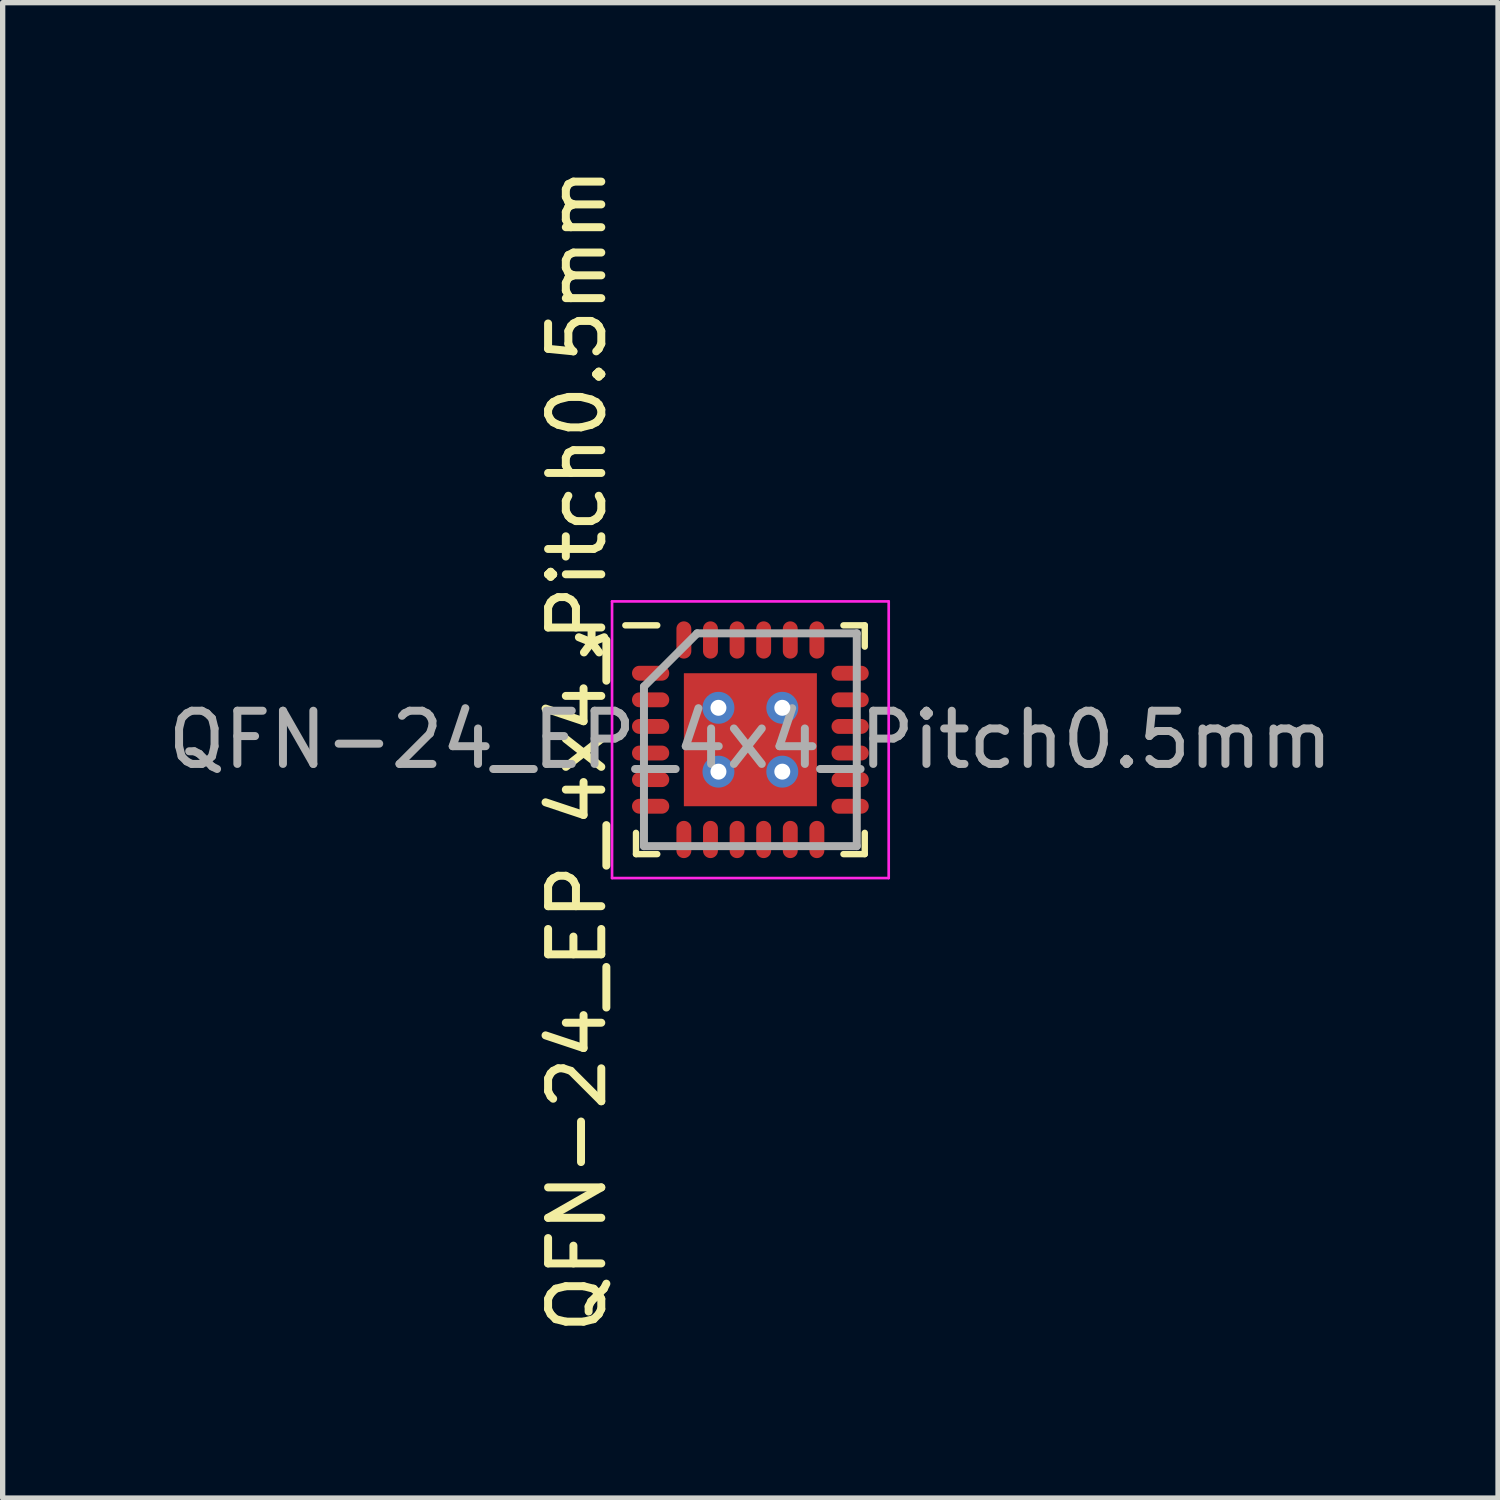
<source format=kicad_pcb>
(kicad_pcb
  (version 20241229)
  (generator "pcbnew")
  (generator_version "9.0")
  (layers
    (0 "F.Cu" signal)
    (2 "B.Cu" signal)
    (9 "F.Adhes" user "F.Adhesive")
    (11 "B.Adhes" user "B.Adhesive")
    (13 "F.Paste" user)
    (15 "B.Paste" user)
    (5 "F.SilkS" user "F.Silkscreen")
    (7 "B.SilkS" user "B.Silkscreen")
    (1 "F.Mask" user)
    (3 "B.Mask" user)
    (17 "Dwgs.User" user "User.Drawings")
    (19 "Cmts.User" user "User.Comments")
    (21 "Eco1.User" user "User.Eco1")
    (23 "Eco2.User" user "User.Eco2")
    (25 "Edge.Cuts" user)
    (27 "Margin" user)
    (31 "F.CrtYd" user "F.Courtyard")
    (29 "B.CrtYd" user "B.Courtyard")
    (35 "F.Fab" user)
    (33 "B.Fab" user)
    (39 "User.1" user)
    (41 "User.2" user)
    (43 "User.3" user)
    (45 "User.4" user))
  (footprint "QFN-24_EP_4x4_Pitch0.5mm"
    (layer "F.Cu")
    (at 11.054 10.854)
    (property "Reference" "QFN-24_EP_4x4_Pitch0.5mm" (at -3.257 0.2 90) (layer "F.SilkS") (effects (font (size 1 1) (thickness 0.15))))
    (attr smd)
    (fp_line (start -2.15 2.15) (end -2.15 1.75) (stroke (width 0.12) (type default)) (layer "F.SilkS"))
    (fp_line (start -1.75 -2.15) (end -2.35 -2.15) (stroke (width 0.12) (type default)) (layer "F.SilkS"))
    (fp_line (start -1.75 2.15) (end -2.15 2.15) (stroke (width 0.12) (type default)) (layer "F.SilkS"))
    (fp_line (start 1.75 -2.15) (end 2.15 -2.15) (stroke (width 0.12) (type default)) (layer "F.SilkS"))
    (fp_line (start 1.75 2.15) (end 2.15 2.15) (stroke (width 0.12) (type default)) (layer "F.SilkS"))
    (fp_line (start 2.15 -2.15) (end 2.15 -1.75) (stroke (width 0.12) (type default)) (layer "F.SilkS"))
    (fp_line (start 2.15 2.15) (end 2.15 1.75) (stroke (width 0.12) (type default)) (layer "F.SilkS"))
    (fp_line (start -2.6 -2.6) (end 2.6 -2.6) (stroke (width 0.05) (type default)) (layer "F.CrtYd"))
    (fp_line (start -2.6 2.6) (end -2.6 -2.6) (stroke (width 0.05) (type default)) (layer "F.CrtYd"))
    (fp_line (start 2.6 -2.6) (end 2.6 2.6) (stroke (width 0.05) (type default)) (layer "F.CrtYd"))
    (fp_line (start 2.6 2.6) (end -2.6 2.6) (stroke (width 0.05) (type default)) (layer "F.CrtYd"))
    (fp_line (start -2 -1) (end -2 2) (stroke (width 0.15) (type default)) (layer "F.Fab"))
    (fp_line (start -2 2) (end 2 2) (stroke (width 0.15) (type default)) (layer "F.Fab"))
    (fp_line (start -1 -2) (end -2 -1) (stroke (width 0.15) (type default)) (layer "F.Fab"))
    (fp_line (start 2 -2) (end -1 -2) (stroke (width 0.15) (type default)) (layer "F.Fab"))
    (fp_line (start 2 2) (end 2 -2) (stroke (width 0.15) (type default)) (layer "F.Fab"))
    (fp_text user "*" (at -2.985 -1.524 0) (unlocked yes) (layer "F.SilkS") (effects (font (size 1 1) (thickness 0.15))))
    (fp_text user "${REFERENCE}" (at 0 0 0) (layer "F.Fab") (effects (font (size 1 1) (thickness 0.15))))
    (pad "" smd rect (at -0.833 -0.833) (size 0.083 0.083) (layers "F.Paste"))
    (pad "" smd rect (at -0.833 0) (size 0.083 0.083) (layers "F.Paste"))
    (pad "" smd rect (at -0.833 0.833) (size 0.083 0.083) (layers "F.Paste"))
    (pad "" smd rect (at 0 -0.833) (size 0.083 0.083) (layers "F.Paste"))
    (pad "" smd rect (at 0 0) (size 0.083 0.083) (layers "F.Paste"))
    (pad "" smd rect (at 0 0.833) (size 0.083 0.083) (layers "F.Paste"))
    (pad "" smd rect (at 0.833 -0.833) (size 0.083 0.083) (layers "F.Paste"))
    (pad "" smd rect (at 0.833 0) (size 0.083 0.083) (layers "F.Paste"))
    (pad "" smd rect (at 0.833 0.833) (size 0.083 0.083) (layers "F.Paste"))
    (pad "1" smd oval (at -1.875 -1.25 90) (size 0.28 0.7) (layers "F.Cu" "F.Mask" "F.Paste"))
    (pad "2" smd oval (at -1.875 -0.75 90) (size 0.28 0.7) (layers "F.Cu" "F.Mask" "F.Paste"))
    (pad "3" smd oval (at -1.875 -0.25 90) (size 0.28 0.7) (layers "F.Cu" "F.Mask" "F.Paste"))
    (pad "4" smd oval (at -1.875 0.25 90) (size 0.28 0.7) (layers "F.Cu" "F.Mask" "F.Paste"))
    (pad "5" smd oval (at -1.875 0.75 90) (size 0.28 0.7) (layers "F.Cu" "F.Mask" "F.Paste"))
    (pad "6" smd oval (at -1.875 1.25 90) (size 0.28 0.7) (layers "F.Cu" "F.Mask" "F.Paste"))
    (pad "7" smd oval (at -1.25 1.875) (size 0.28 0.7) (layers "F.Cu" "F.Mask" "F.Paste"))
    (pad "8" smd oval (at -0.75 1.875) (size 0.28 0.7) (layers "F.Cu" "F.Mask" "F.Paste"))
    (pad "9" smd oval (at -0.25 1.875) (size 0.28 0.7) (layers "F.Cu" "F.Mask" "F.Paste"))
    (pad "10" smd oval (at 0.25 1.875) (size 0.28 0.7) (layers "F.Cu" "F.Mask" "F.Paste"))
    (pad "11" smd oval (at 0.75 1.875) (size 0.28 0.7) (layers "F.Cu" "F.Mask" "F.Paste"))
    (pad "12" smd oval (at 1.25 1.875) (size 0.28 0.7) (layers "F.Cu" "F.Mask" "F.Paste"))
    (pad "13" smd oval (at 1.875 1.25 90) (size 0.28 0.7) (layers "F.Cu" "F.Mask" "F.Paste"))
    (pad "14" smd oval (at 1.875 0.75 90) (size 0.28 0.7) (layers "F.Cu" "F.Mask" "F.Paste"))
    (pad "15" smd oval (at 1.875 0.25 90) (size 0.28 0.7) (layers "F.Cu" "F.Mask" "F.Paste"))
    (pad "16" smd oval (at 1.875 -0.25 90) (size 0.28 0.7) (layers "F.Cu" "F.Mask" "F.Paste"))
    (pad "17" smd oval (at 1.875 -0.75 90) (size 0.28 0.7) (layers "F.Cu" "F.Mask" "F.Paste"))
    (pad "18" smd oval (at 1.875 -1.25 90) (size 0.28 0.7) (layers "F.Cu" "F.Mask" "F.Paste"))
    (pad "19" smd oval (at 1.25 -1.875) (size 0.28 0.7) (layers "F.Cu" "F.Mask" "F.Paste"))
    (pad "20" smd oval (at 0.75 -1.875) (size 0.28 0.7) (layers "F.Cu" "F.Mask" "F.Paste"))
    (pad "21" smd oval (at 0.25 -1.875) (size 0.28 0.7) (layers "F.Cu" "F.Mask" "F.Paste"))
    (pad "22" smd oval (at -0.25 -1.875) (size 0.28 0.7) (layers "F.Cu" "F.Mask" "F.Paste"))
    (pad "23" smd oval (at -0.75 -1.875) (size 0.28 0.7) (layers "F.Cu" "F.Mask" "F.Paste"))
    (pad "24" smd oval (at -1.25 -1.875) (size 0.28 0.7) (layers "F.Cu" "F.Mask" "F.Paste"))
    (pad "25" thru_hole circle (at -0.6 -0.6) (size 0.6 0.6) (drill 0.3) (property pad_prop_heatsink) (layers "*.Cu" "*.Mask"))
    (pad "25" thru_hole circle (at -0.6 0.6) (size 0.6 0.6) (drill 0.3) (property pad_prop_heatsink) (layers "*.Cu" "*.Mask"))
    (pad "25" smd rect (at 0 0) (size 2.5 2.5) (layers "F.Cu" "F.Mask"))
    (pad "25" thru_hole circle (at 0.6 -0.6) (size 0.6 0.6) (drill 0.3) (property pad_prop_heatsink) (layers "*.Cu" "*.Mask"))
    (pad "25" thru_hole circle (at 0.6 0.6) (size 0.6 0.6) (drill 0.3) (property pad_prop_heatsink) (layers "*.Cu" "*.Mask")))
  (gr_rect
    (start -3 -3)
    (end 25.107 25.107)
    (stroke (width 0.1) (type default))
    (fill no)
    (layer "Edge.Cuts")))
</source>
